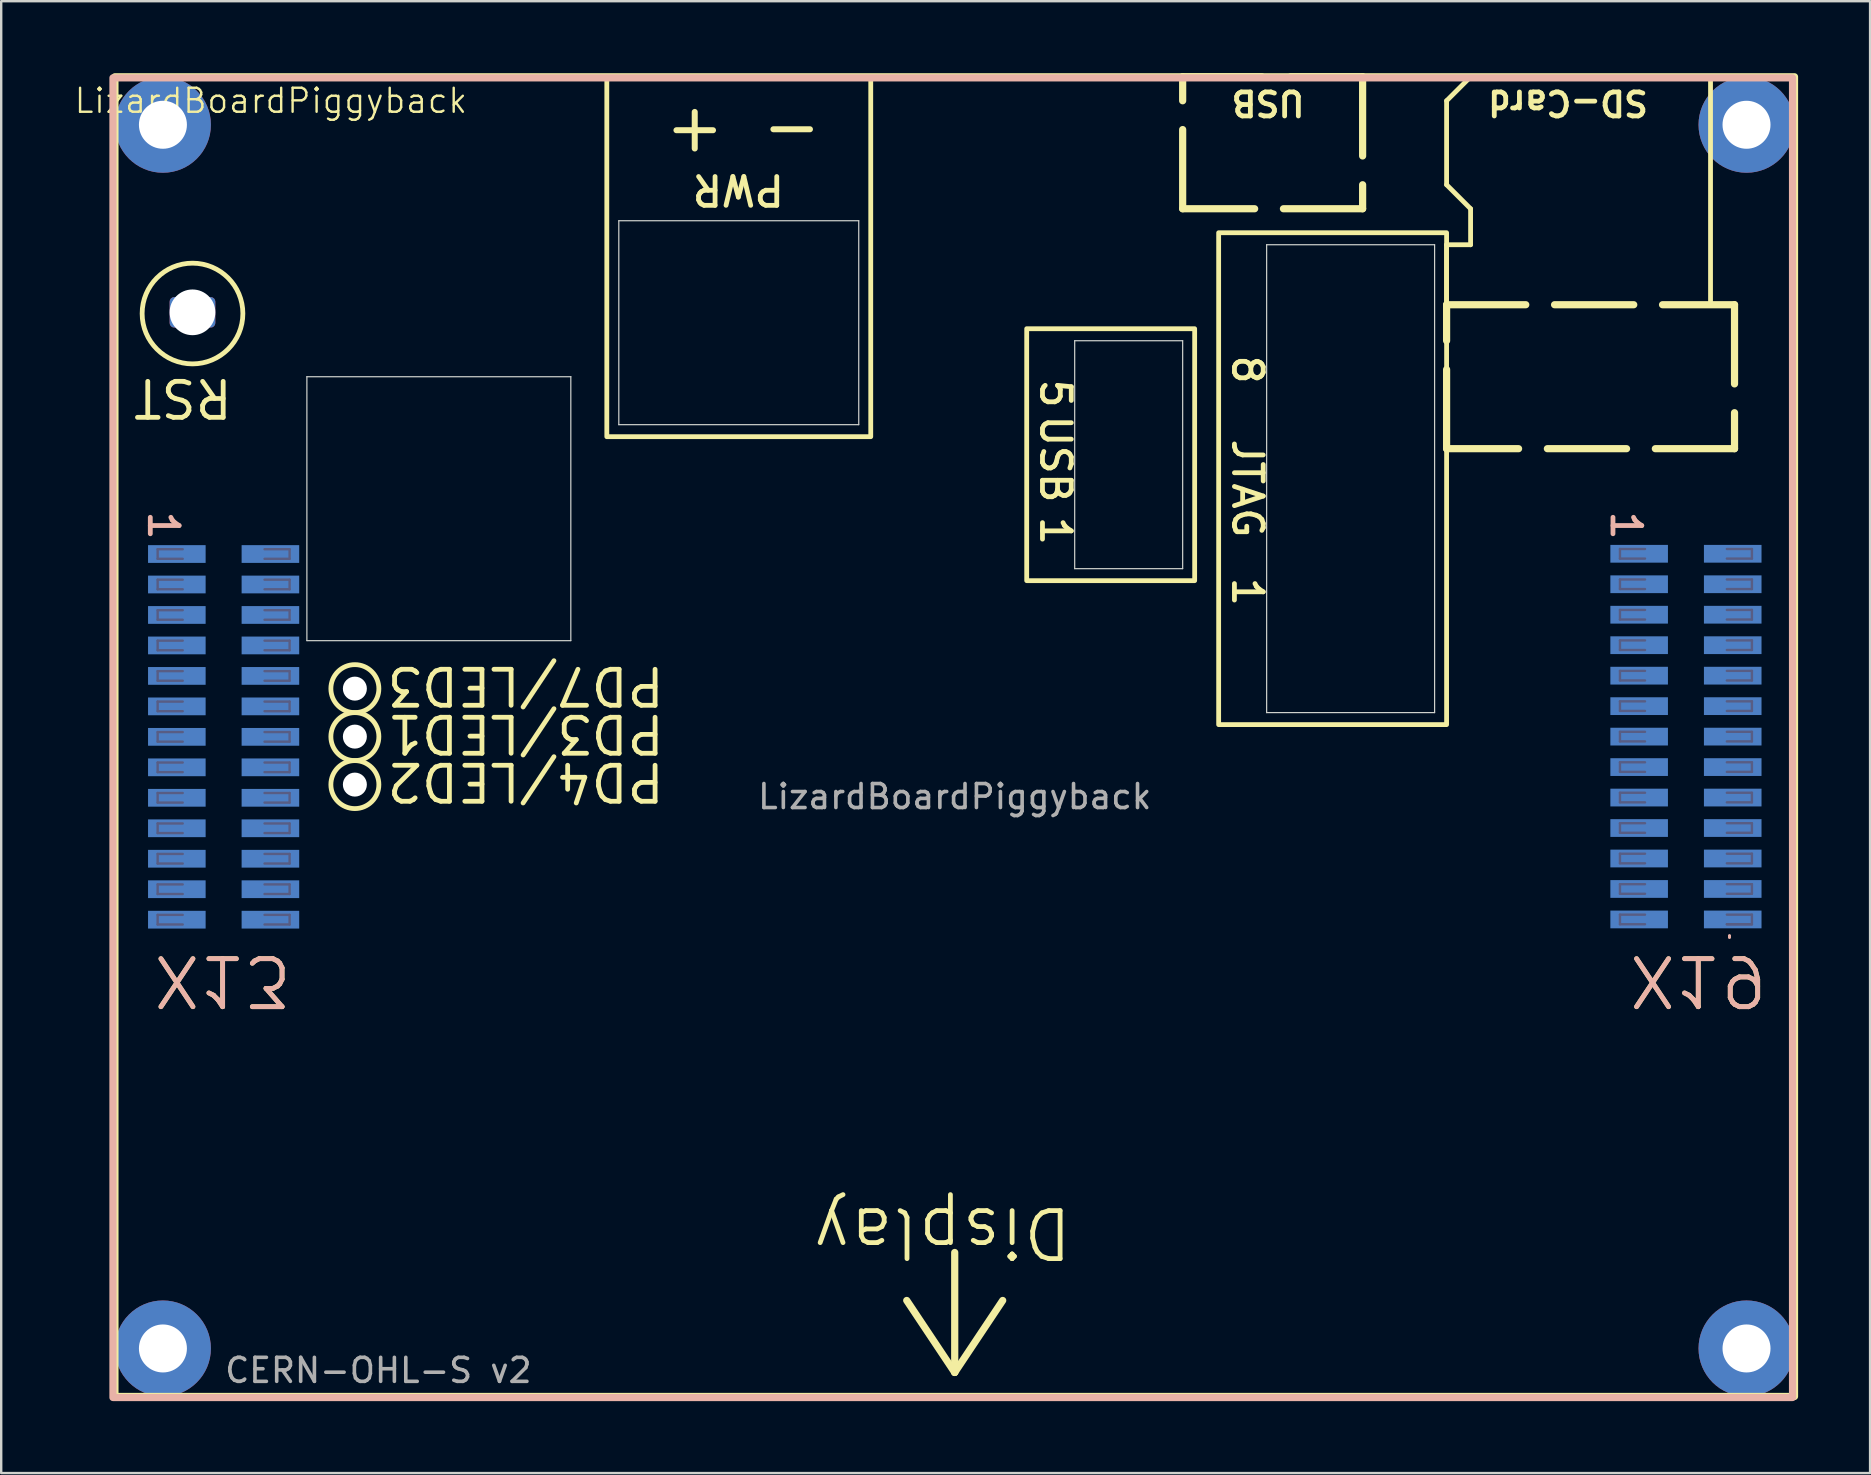
<source format=kicad_pcb>
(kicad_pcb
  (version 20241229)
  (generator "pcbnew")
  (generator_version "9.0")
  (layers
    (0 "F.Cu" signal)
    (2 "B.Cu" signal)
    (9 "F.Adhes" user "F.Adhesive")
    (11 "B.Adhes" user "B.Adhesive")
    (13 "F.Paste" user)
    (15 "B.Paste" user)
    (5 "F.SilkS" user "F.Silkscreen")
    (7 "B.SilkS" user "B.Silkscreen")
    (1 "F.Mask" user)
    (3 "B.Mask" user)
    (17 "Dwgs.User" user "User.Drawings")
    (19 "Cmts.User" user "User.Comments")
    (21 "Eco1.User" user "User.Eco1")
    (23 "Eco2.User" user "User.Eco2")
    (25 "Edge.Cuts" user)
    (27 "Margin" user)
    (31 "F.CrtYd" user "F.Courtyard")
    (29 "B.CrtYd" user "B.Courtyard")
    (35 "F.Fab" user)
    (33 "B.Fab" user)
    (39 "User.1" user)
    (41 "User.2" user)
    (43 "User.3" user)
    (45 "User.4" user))
  (footprint "LizardBoardPiggyback"
    (layer "F.Cu")
    (at 36.74 27.65)
    (property "Reference" "LizardBoardPiggyback" (at -28.5 -26.5 0) (unlocked yes) (layer "F.SilkS") (effects (font (size 1 1) (thickness 0.1))))
    (attr smd)
    (fp_line (start 0 21.5) (end 0 26.5) (stroke (width 0.3) (type solid)) (layer "F.SilkS"))
    (fp_line (start 0 26.5) (end -2 23.5) (stroke (width 0.3) (type solid)) (layer "F.SilkS"))
    (fp_line (start 0 26.5) (end 2 23.5) (stroke (width 0.3) (type solid)) (layer "F.SilkS"))
    (fp_line (start 20.5 -26.5) (end 21.5 -27.5) (stroke (width 0.2) (type solid)) (layer "F.SilkS"))
    (fp_line (start 20.5 -23) (end 20.5 -26.5) (stroke (width 0.2) (type solid)) (layer "F.SilkS"))
    (fp_line (start 20.5 -20.5) (end 21.5 -20.5) (stroke (width 0.2) (type solid)) (layer "F.SilkS"))
    (fp_line (start 20.5 -18) (end 20.5 -20.5) (stroke (width 0.2) (type solid)) (layer "F.SilkS"))
    (fp_line (start 21.5 -22) (end 20.5 -23) (stroke (width 0.2) (type solid)) (layer "F.SilkS"))
    (fp_line (start 21.5 -20.5) (end 21.5 -22) (stroke (width 0.2) (type dash)) (layer "F.SilkS"))
    (fp_line (start 31.5 -27.5) (end 31.5 -18) (stroke (width 0.2) (type solid)) (layer "F.SilkS"))
    (fp_rect (start -35 -27.5) (end 35 27.5) (stroke (width 0.3) (type solid)) (fill no) (layer "F.SilkS"))
    (fp_rect (start -14.5 -27.5) (end -3.5 -12.5) (stroke (width 0.2) (type solid)) (fill no) (layer "F.SilkS"))
    (fp_rect (start 3 -17) (end 10 -6.5) (stroke (width 0.2) (type solid)) (fill no) (layer "F.SilkS"))
    (fp_rect (start 9.5 -27.5) (end 17 -22) (stroke (width 0.3) (type dash)) (fill no) (layer "F.SilkS"))
    (fp_rect (start 11 -21) (end 20.5 -0.5) (stroke (width 0.2) (type solid)) (fill no) (layer "F.SilkS"))
    (fp_rect (start 20.5 -18) (end 32.5 -12) (stroke (width 0.3) (type dash)) (fill no) (layer "F.SilkS"))
    (fp_circle (center -31.767 -17.633) (end -30 -16.5) (stroke (width 0.2) (type solid)) (fill no) (layer "F.SilkS"))
    (fp_circle (center -25 -2) (end -25 -1) (stroke (width 0.2) (type solid)) (fill no) (layer "F.SilkS"))
    (fp_circle (center -25 0) (end -25 1) (stroke (width 0.2) (type solid)) (fill no) (layer "F.SilkS"))
    (fp_circle (center -25 2) (end -25 3) (stroke (width 0.2) (type solid)) (fill no) (layer "F.SilkS"))
    (fp_line (start 32.29 8.3) (end 32.29 8.365) (stroke (width 0.12) (type solid)) (layer "B.SilkS"))
    (fp_line (start 32.29 8.3) (end 32.29 8.365) (stroke (width 0.12) (type solid)) (layer "B.SilkS"))
    (fp_rect (start -35.082 -27.456) (end 34.918 27.544) (stroke (width 0.3) (type solid)) (fill no) (layer "B.SilkS"))
    (fp_line (start -27 -15) (end -27 -4) (stroke (width 0.05) (type default)) (layer "Edge.Cuts"))
    (fp_line (start -27 -4) (end -16 -4) (stroke (width 0.05) (type default)) (layer "Edge.Cuts"))
    (fp_line (start -16 -15) (end -27 -15) (stroke (width 0.05) (type default)) (layer "Edge.Cuts"))
    (fp_line (start -16 -4) (end -16 -15) (stroke (width 0.05) (type default)) (layer "Edge.Cuts"))
    (fp_line (start -14 -21.5) (end -14 -13) (stroke (width 0.05) (type default)) (layer "Edge.Cuts"))
    (fp_line (start -14 -21.5) (end -4 -21.5) (stroke (width 0.05) (type default)) (layer "Edge.Cuts"))
    (fp_line (start -4 -21.5) (end -4 -13) (stroke (width 0.05) (type default)) (layer "Edge.Cuts"))
    (fp_line (start -4 -13) (end -14 -13) (stroke (width 0.05) (type default)) (layer "Edge.Cuts"))
    (fp_line (start 5 -16.5) (end 9.5 -16.5) (stroke (width 0.05) (type default)) (layer "Edge.Cuts"))
    (fp_line (start 5 -7) (end 5 -16.5) (stroke (width 0.05) (type default)) (layer "Edge.Cuts"))
    (fp_line (start 9.5 -16.5) (end 9.5 -7) (stroke (width 0.05) (type default)) (layer "Edge.Cuts"))
    (fp_line (start 9.5 -7) (end 5 -7) (stroke (width 0.05) (type default)) (layer "Edge.Cuts"))
    (fp_line (start 13 -20.5) (end 20 -20.5) (stroke (width 0.05) (type default)) (layer "Edge.Cuts"))
    (fp_line (start 13 -1) (end 13 -20.5) (stroke (width 0.05) (type default)) (layer "Edge.Cuts"))
    (fp_line (start 20 -20.5) (end 20 -1) (stroke (width 0.05) (type default)) (layer "Edge.Cuts"))
    (fp_line (start 20 -1) (end 13 -1) (stroke (width 0.05) (type default)) (layer "Edge.Cuts"))
    (fp_line (start -33.22 -7.81) (end -33.22 -7.41) (stroke (width 0.1) (type solid)) (layer "B.Fab"))
    (fp_line (start -33.22 -7.41) (end -32.175 -7.41) (stroke (width 0.1) (type solid)) (layer "B.Fab"))
    (fp_line (start -33.22 -6.54) (end -33.22 -6.14) (stroke (width 0.1) (type solid)) (layer "B.Fab"))
    (fp_line (start -33.22 -6.14) (end -32.175 -6.14) (stroke (width 0.1) (type solid)) (layer "B.Fab"))
    (fp_line (start -33.22 -5.27) (end -33.22 -4.87) (stroke (width 0.1) (type solid)) (layer "B.Fab"))
    (fp_line (start -33.22 -4.87) (end -32.175 -4.87) (stroke (width 0.1) (type solid)) (layer "B.Fab"))
    (fp_line (start -33.22 -4) (end -33.22 -3.6) (stroke (width 0.1) (type solid)) (layer "B.Fab"))
    (fp_line (start -33.22 -3.6) (end -32.175 -3.6) (stroke (width 0.1) (type solid)) (layer "B.Fab"))
    (fp_line (start -33.22 -2.73) (end -33.22 -2.33) (stroke (width 0.1) (type solid)) (layer "B.Fab"))
    (fp_line (start -33.22 -2.33) (end -32.175 -2.33) (stroke (width 0.1) (type solid)) (layer "B.Fab"))
    (fp_line (start -33.22 -1.46) (end -33.22 -1.06) (stroke (width 0.1) (type solid)) (layer "B.Fab"))
    (fp_line (start -33.22 -1.06) (end -32.175 -1.06) (stroke (width 0.1) (type solid)) (layer "B.Fab"))
    (fp_line (start -33.22 -0.19) (end -33.22 0.21) (stroke (width 0.1) (type solid)) (layer "B.Fab"))
    (fp_line (start -33.22 0.21) (end -32.175 0.21) (stroke (width 0.1) (type solid)) (layer "B.Fab"))
    (fp_line (start -33.22 1.08) (end -33.22 1.48) (stroke (width 0.1) (type solid)) (layer "B.Fab"))
    (fp_line (start -33.22 1.48) (end -32.175 1.48) (stroke (width 0.1) (type solid)) (layer "B.Fab"))
    (fp_line (start -33.22 2.35) (end -33.22 2.75) (stroke (width 0.1) (type solid)) (layer "B.Fab"))
    (fp_line (start -33.22 2.75) (end -32.175 2.75) (stroke (width 0.1) (type solid)) (layer "B.Fab"))
    (fp_line (start -33.22 3.62) (end -33.22 4.02) (stroke (width 0.1) (type solid)) (layer "B.Fab"))
    (fp_line (start -33.22 4.02) (end -32.175 4.02) (stroke (width 0.1) (type solid)) (layer "B.Fab"))
    (fp_line (start -33.22 4.89) (end -33.22 5.29) (stroke (width 0.1) (type solid)) (layer "B.Fab"))
    (fp_line (start -33.22 5.29) (end -32.175 5.29) (stroke (width 0.1) (type solid)) (layer "B.Fab"))
    (fp_line (start -33.22 6.16) (end -33.22 6.56) (stroke (width 0.1) (type solid)) (layer "B.Fab"))
    (fp_line (start -33.22 6.56) (end -32.175 6.56) (stroke (width 0.1) (type solid)) (layer "B.Fab"))
    (fp_line (start -33.22 7.43) (end -33.22 7.83) (stroke (width 0.1) (type solid)) (layer "B.Fab"))
    (fp_line (start -33.22 7.83) (end -32.175 7.83) (stroke (width 0.1) (type solid)) (layer "B.Fab"))
    (fp_line (start -32.175 -7.81) (end -33.22 -7.81) (stroke (width 0.1) (type solid)) (layer "B.Fab"))
    (fp_line (start -32.175 -6.54) (end -33.22 -6.54) (stroke (width 0.1) (type solid)) (layer "B.Fab"))
    (fp_line (start -32.175 -5.27) (end -33.22 -5.27) (stroke (width 0.1) (type solid)) (layer "B.Fab"))
    (fp_line (start -32.175 -4) (end -33.22 -4) (stroke (width 0.1) (type solid)) (layer "B.Fab"))
    (fp_line (start -32.175 -2.73) (end -33.22 -2.73) (stroke (width 0.1) (type solid)) (layer "B.Fab"))
    (fp_line (start -32.175 -1.46) (end -33.22 -1.46) (stroke (width 0.1) (type solid)) (layer "B.Fab"))
    (fp_line (start -32.175 -0.19) (end -33.22 -0.19) (stroke (width 0.1) (type solid)) (layer "B.Fab"))
    (fp_line (start -32.175 1.08) (end -33.22 1.08) (stroke (width 0.1) (type solid)) (layer "B.Fab"))
    (fp_line (start -32.175 2.35) (end -33.22 2.35) (stroke (width 0.1) (type solid)) (layer "B.Fab"))
    (fp_line (start -32.175 3.62) (end -33.22 3.62) (stroke (width 0.1) (type solid)) (layer "B.Fab"))
    (fp_line (start -32.175 4.89) (end -33.22 4.89) (stroke (width 0.1) (type solid)) (layer "B.Fab"))
    (fp_line (start -32.175 6.16) (end -33.22 6.16) (stroke (width 0.1) (type solid)) (layer "B.Fab"))
    (fp_line (start -32.175 7.43) (end -33.22 7.43) (stroke (width 0.1) (type solid)) (layer "B.Fab"))
    (fp_line (start -28.765 -7.81) (end -27.72 -7.81) (stroke (width 0.1) (type solid)) (layer "B.Fab"))
    (fp_line (start -28.765 -6.54) (end -27.72 -6.54) (stroke (width 0.1) (type solid)) (layer "B.Fab"))
    (fp_line (start -28.765 -5.27) (end -27.72 -5.27) (stroke (width 0.1) (type solid)) (layer "B.Fab"))
    (fp_line (start -28.765 -4) (end -27.72 -4) (stroke (width 0.1) (type solid)) (layer "B.Fab"))
    (fp_line (start -28.765 -2.73) (end -27.72 -2.73) (stroke (width 0.1) (type solid)) (layer "B.Fab"))
    (fp_line (start -28.765 -1.46) (end -27.72 -1.46) (stroke (width 0.1) (type solid)) (layer "B.Fab"))
    (fp_line (start -28.765 -0.19) (end -27.72 -0.19) (stroke (width 0.1) (type solid)) (layer "B.Fab"))
    (fp_line (start -28.765 1.08) (end -27.72 1.08) (stroke (width 0.1) (type solid)) (layer "B.Fab"))
    (fp_line (start -28.765 2.35) (end -27.72 2.35) (stroke (width 0.1) (type solid)) (layer "B.Fab"))
    (fp_line (start -28.765 3.62) (end -27.72 3.62) (stroke (width 0.1) (type solid)) (layer "B.Fab"))
    (fp_line (start -28.765 4.89) (end -27.72 4.89) (stroke (width 0.1) (type solid)) (layer "B.Fab"))
    (fp_line (start -28.765 6.16) (end -27.72 6.16) (stroke (width 0.1) (type solid)) (layer "B.Fab"))
    (fp_line (start -28.765 7.43) (end -27.72 7.43) (stroke (width 0.1) (type solid)) (layer "B.Fab"))
    (fp_line (start -27.72 -7.81) (end -27.72 -7.41) (stroke (width 0.1) (type solid)) (layer "B.Fab"))
    (fp_line (start -27.72 -7.41) (end -28.765 -7.41) (stroke (width 0.1) (type solid)) (layer "B.Fab"))
    (fp_line (start -27.72 -6.54) (end -27.72 -6.14) (stroke (width 0.1) (type solid)) (layer "B.Fab"))
    (fp_line (start -27.72 -6.14) (end -28.765 -6.14) (stroke (width 0.1) (type solid)) (layer "B.Fab"))
    (fp_line (start -27.72 -5.27) (end -27.72 -4.87) (stroke (width 0.1) (type solid)) (layer "B.Fab"))
    (fp_line (start -27.72 -4.87) (end -28.765 -4.87) (stroke (width 0.1) (type solid)) (layer "B.Fab"))
    (fp_line (start -27.72 -4) (end -27.72 -3.6) (stroke (width 0.1) (type solid)) (layer "B.Fab"))
    (fp_line (start -27.72 -3.6) (end -28.765 -3.6) (stroke (width 0.1) (type solid)) (layer "B.Fab"))
    (fp_line (start -27.72 -2.73) (end -27.72 -2.33) (stroke (width 0.1) (type solid)) (layer "B.Fab"))
    (fp_line (start -27.72 -2.33) (end -28.765 -2.33) (stroke (width 0.1) (type solid)) (layer "B.Fab"))
    (fp_line (start -27.72 -1.46) (end -27.72 -1.06) (stroke (width 0.1) (type solid)) (layer "B.Fab"))
    (fp_line (start -27.72 -1.06) (end -28.765 -1.06) (stroke (width 0.1) (type solid)) (layer "B.Fab"))
    (fp_line (start -27.72 -0.19) (end -27.72 0.21) (stroke (width 0.1) (type solid)) (layer "B.Fab"))
    (fp_line (start -27.72 0.21) (end -28.765 0.21) (stroke (width 0.1) (type solid)) (layer "B.Fab"))
    (fp_line (start -27.72 1.08) (end -27.72 1.48) (stroke (width 0.1) (type solid)) (layer "B.Fab"))
    (fp_line (start -27.72 1.48) (end -28.765 1.48) (stroke (width 0.1) (type solid)) (layer "B.Fab"))
    (fp_line (start -27.72 2.35) (end -27.72 2.75) (stroke (width 0.1) (type solid)) (layer "B.Fab"))
    (fp_line (start -27.72 2.75) (end -28.765 2.75) (stroke (width 0.1) (type solid)) (layer "B.Fab"))
    (fp_line (start -27.72 3.62) (end -27.72 4.02) (stroke (width 0.1) (type solid)) (layer "B.Fab"))
    (fp_line (start -27.72 4.02) (end -28.765 4.02) (stroke (width 0.1) (type solid)) (layer "B.Fab"))
    (fp_line (start -27.72 4.89) (end -27.72 5.29) (stroke (width 0.1) (type solid)) (layer "B.Fab"))
    (fp_line (start -27.72 5.29) (end -28.765 5.29) (stroke (width 0.1) (type solid)) (layer "B.Fab"))
    (fp_line (start -27.72 6.16) (end -27.72 6.56) (stroke (width 0.1) (type solid)) (layer "B.Fab"))
    (fp_line (start -27.72 6.56) (end -28.765 6.56) (stroke (width 0.1) (type solid)) (layer "B.Fab"))
    (fp_line (start -27.72 7.43) (end -27.72 7.83) (stroke (width 0.1) (type solid)) (layer "B.Fab"))
    (fp_line (start -27.72 7.83) (end -28.765 7.83) (stroke (width 0.1) (type solid)) (layer "B.Fab"))
    (fp_line (start 27.725 -7.82) (end 27.725 -7.42) (stroke (width 0.1) (type solid)) (layer "B.Fab"))
    (fp_line (start 27.725 -7.42) (end 28.77 -7.42) (stroke (width 0.1) (type solid)) (layer "B.Fab"))
    (fp_line (start 27.725 -6.55) (end 27.725 -6.15) (stroke (width 0.1) (type solid)) (layer "B.Fab"))
    (fp_line (start 27.725 -6.15) (end 28.77 -6.15) (stroke (width 0.1) (type solid)) (layer "B.Fab"))
    (fp_line (start 27.725 -5.28) (end 27.725 -4.88) (stroke (width 0.1) (type solid)) (layer "B.Fab"))
    (fp_line (start 27.725 -4.88) (end 28.77 -4.88) (stroke (width 0.1) (type solid)) (layer "B.Fab"))
    (fp_line (start 27.725 -4.01) (end 27.725 -3.61) (stroke (width 0.1) (type solid)) (layer "B.Fab"))
    (fp_line (start 27.725 -3.61) (end 28.77 -3.61) (stroke (width 0.1) (type solid)) (layer "B.Fab"))
    (fp_line (start 27.725 -2.74) (end 27.725 -2.34) (stroke (width 0.1) (type solid)) (layer "B.Fab"))
    (fp_line (start 27.725 -2.34) (end 28.77 -2.34) (stroke (width 0.1) (type solid)) (layer "B.Fab"))
    (fp_line (start 27.725 -1.47) (end 27.725 -1.07) (stroke (width 0.1) (type solid)) (layer "B.Fab"))
    (fp_line (start 27.725 -1.07) (end 28.77 -1.07) (stroke (width 0.1) (type solid)) (layer "B.Fab"))
    (fp_line (start 27.725 -0.2) (end 27.725 0.2) (stroke (width 0.1) (type solid)) (layer "B.Fab"))
    (fp_line (start 27.725 0.2) (end 28.77 0.2) (stroke (width 0.1) (type solid)) (layer "B.Fab"))
    (fp_line (start 27.725 1.07) (end 27.725 1.47) (stroke (width 0.1) (type solid)) (layer "B.Fab"))
    (fp_line (start 27.725 1.47) (end 28.77 1.47) (stroke (width 0.1) (type solid)) (layer "B.Fab"))
    (fp_line (start 27.725 2.34) (end 27.725 2.74) (stroke (width 0.1) (type solid)) (layer "B.Fab"))
    (fp_line (start 27.725 2.74) (end 28.77 2.74) (stroke (width 0.1) (type solid)) (layer "B.Fab"))
    (fp_line (start 27.725 3.61) (end 27.725 4.01) (stroke (width 0.1) (type solid)) (layer "B.Fab"))
    (fp_line (start 27.725 4.01) (end 28.77 4.01) (stroke (width 0.1) (type solid)) (layer "B.Fab"))
    (fp_line (start 27.725 4.88) (end 27.725 5.28) (stroke (width 0.1) (type solid)) (layer "B.Fab"))
    (fp_line (start 27.725 5.28) (end 28.77 5.28) (stroke (width 0.1) (type solid)) (layer "B.Fab"))
    (fp_line (start 27.725 6.15) (end 27.725 6.55) (stroke (width 0.1) (type solid)) (layer "B.Fab"))
    (fp_line (start 27.725 6.55) (end 28.77 6.55) (stroke (width 0.1) (type solid)) (layer "B.Fab"))
    (fp_line (start 27.725 7.42) (end 27.725 7.82) (stroke (width 0.1) (type solid)) (layer "B.Fab"))
    (fp_line (start 27.725 7.82) (end 28.77 7.82) (stroke (width 0.1) (type solid)) (layer "B.Fab"))
    (fp_line (start 28.77 -7.82) (end 27.725 -7.82) (stroke (width 0.1) (type solid)) (layer "B.Fab"))
    (fp_line (start 28.77 -6.55) (end 27.725 -6.55) (stroke (width 0.1) (type solid)) (layer "B.Fab"))
    (fp_line (start 28.77 -5.28) (end 27.725 -5.28) (stroke (width 0.1) (type solid)) (layer "B.Fab"))
    (fp_line (start 28.77 -4.01) (end 27.725 -4.01) (stroke (width 0.1) (type solid)) (layer "B.Fab"))
    (fp_line (start 28.77 -2.74) (end 27.725 -2.74) (stroke (width 0.1) (type solid)) (layer "B.Fab"))
    (fp_line (start 28.77 -1.47) (end 27.725 -1.47) (stroke (width 0.1) (type solid)) (layer "B.Fab"))
    (fp_line (start 28.77 -0.2) (end 27.725 -0.2) (stroke (width 0.1) (type solid)) (layer "B.Fab"))
    (fp_line (start 28.77 1.07) (end 27.725 1.07) (stroke (width 0.1) (type solid)) (layer "B.Fab"))
    (fp_line (start 28.77 2.34) (end 27.725 2.34) (stroke (width 0.1) (type solid)) (layer "B.Fab"))
    (fp_line (start 28.77 3.61) (end 27.725 3.61) (stroke (width 0.1) (type solid)) (layer "B.Fab"))
    (fp_line (start 28.77 4.88) (end 27.725 4.88) (stroke (width 0.1) (type solid)) (layer "B.Fab"))
    (fp_line (start 28.77 6.15) (end 27.725 6.15) (stroke (width 0.1) (type solid)) (layer "B.Fab"))
    (fp_line (start 28.77 7.42) (end 27.725 7.42) (stroke (width 0.1) (type solid)) (layer "B.Fab"))
    (fp_line (start 32.18 -7.82) (end 33.225 -7.82) (stroke (width 0.1) (type solid)) (layer "B.Fab"))
    (fp_line (start 32.18 -6.55) (end 33.225 -6.55) (stroke (width 0.1) (type solid)) (layer "B.Fab"))
    (fp_line (start 32.18 -5.28) (end 33.225 -5.28) (stroke (width 0.1) (type solid)) (layer "B.Fab"))
    (fp_line (start 32.18 -4.01) (end 33.225 -4.01) (stroke (width 0.1) (type solid)) (layer "B.Fab"))
    (fp_line (start 32.18 -2.74) (end 33.225 -2.74) (stroke (width 0.1) (type solid)) (layer "B.Fab"))
    (fp_line (start 32.18 -1.47) (end 33.225 -1.47) (stroke (width 0.1) (type solid)) (layer "B.Fab"))
    (fp_line (start 32.18 -0.2) (end 33.225 -0.2) (stroke (width 0.1) (type solid)) (layer "B.Fab"))
    (fp_line (start 32.18 1.07) (end 33.225 1.07) (stroke (width 0.1) (type solid)) (layer "B.Fab"))
    (fp_line (start 32.18 2.34) (end 33.225 2.34) (stroke (width 0.1) (type solid)) (layer "B.Fab"))
    (fp_line (start 32.18 3.61) (end 33.225 3.61) (stroke (width 0.1) (type solid)) (layer "B.Fab"))
    (fp_line (start 32.18 4.88) (end 33.225 4.88) (stroke (width 0.1) (type solid)) (layer "B.Fab"))
    (fp_line (start 32.18 6.15) (end 33.225 6.15) (stroke (width 0.1) (type solid)) (layer "B.Fab"))
    (fp_line (start 32.18 7.42) (end 33.225 7.42) (stroke (width 0.1) (type solid)) (layer "B.Fab"))
    (fp_line (start 33.225 -7.82) (end 33.225 -7.42) (stroke (width 0.1) (type solid)) (layer "B.Fab"))
    (fp_line (start 33.225 -7.42) (end 32.18 -7.42) (stroke (width 0.1) (type solid)) (layer "B.Fab"))
    (fp_line (start 33.225 -6.55) (end 33.225 -6.15) (stroke (width 0.1) (type solid)) (layer "B.Fab"))
    (fp_line (start 33.225 -6.15) (end 32.18 -6.15) (stroke (width 0.1) (type solid)) (layer "B.Fab"))
    (fp_line (start 33.225 -5.28) (end 33.225 -4.88) (stroke (width 0.1) (type solid)) (layer "B.Fab"))
    (fp_line (start 33.225 -4.88) (end 32.18 -4.88) (stroke (width 0.1) (type solid)) (layer "B.Fab"))
    (fp_line (start 33.225 -4.01) (end 33.225 -3.61) (stroke (width 0.1) (type solid)) (layer "B.Fab"))
    (fp_line (start 33.225 -3.61) (end 32.18 -3.61) (stroke (width 0.1) (type solid)) (layer "B.Fab"))
    (fp_line (start 33.225 -2.74) (end 33.225 -2.34) (stroke (width 0.1) (type solid)) (layer "B.Fab"))
    (fp_line (start 33.225 -2.34) (end 32.18 -2.34) (stroke (width 0.1) (type solid)) (layer "B.Fab"))
    (fp_line (start 33.225 -1.47) (end 33.225 -1.07) (stroke (width 0.1) (type solid)) (layer "B.Fab"))
    (fp_line (start 33.225 -1.07) (end 32.18 -1.07) (stroke (width 0.1) (type solid)) (layer "B.Fab"))
    (fp_line (start 33.225 -0.2) (end 33.225 0.2) (stroke (width 0.1) (type solid)) (layer "B.Fab"))
    (fp_line (start 33.225 0.2) (end 32.18 0.2) (stroke (width 0.1) (type solid)) (layer "B.Fab"))
    (fp_line (start 33.225 1.07) (end 33.225 1.47) (stroke (width 0.1) (type solid)) (layer "B.Fab"))
    (fp_line (start 33.225 1.47) (end 32.18 1.47) (stroke (width 0.1) (type solid)) (layer "B.Fab"))
    (fp_line (start 33.225 2.34) (end 33.225 2.74) (stroke (width 0.1) (type solid)) (layer "B.Fab"))
    (fp_line (start 33.225 2.74) (end 32.18 2.74) (stroke (width 0.1) (type solid)) (layer "B.Fab"))
    (fp_line (start 33.225 3.61) (end 33.225 4.01) (stroke (width 0.1) (type solid)) (layer "B.Fab"))
    (fp_line (start 33.225 4.01) (end 32.18 4.01) (stroke (width 0.1) (type solid)) (layer "B.Fab"))
    (fp_line (start 33.225 4.88) (end 33.225 5.28) (stroke (width 0.1) (type solid)) (layer "B.Fab"))
    (fp_line (start 33.225 5.28) (end 32.18 5.28) (stroke (width 0.1) (type solid)) (layer "B.Fab"))
    (fp_line (start 33.225 6.15) (end 33.225 6.55) (stroke (width 0.1) (type solid)) (layer "B.Fab"))
    (fp_line (start 33.225 6.55) (end 32.18 6.55) (stroke (width 0.1) (type solid)) (layer "B.Fab"))
    (fp_line (start 33.225 7.42) (end 33.225 7.82) (stroke (width 0.1) (type solid)) (layer "B.Fab"))
    (fp_line (start 33.225 7.82) (end 32.18 7.82) (stroke (width 0.1) (type solid)) (layer "B.Fab"))
    (fp_line (start 33.225 7.82) (end 32.18 7.82) (stroke (width 0.1) (type solid)) (layer "B.Fab"))
    (fp_text user "1" (at 3.5 -9.277 270) (unlocked yes) (layer "F.SilkS") (effects (font (size 1.2 1.2) (thickness 0.2) (bold yes)) (justify left bottom)))
    (fp_text user "8" (at 11.5 -16 270) (unlocked yes) (layer "F.SilkS") (effects (font (size 1.2 1.2) (thickness 0.2) (bold yes)) (justify left bottom)))
    (fp_text user "PD3/LED1" (at -12 -1 180) (unlocked yes) (layer "F.SilkS") (effects (font (size 1.5 1.5) (thickness 0.2) (bold yes)) (justify left bottom)))
    (fp_text user "X13" (at -33.5 9 180) (unlocked yes) (layer "F.SilkS") (effects (font (size 2 2) (thickness 0.2)) (justify left bottom mirror)))
    (fp_text user "5" (at 3.5 -15 270) (unlocked yes) (layer "F.SilkS") (effects (font (size 1.2 1.2) (thickness 0.2) (bold yes)) (justify left bottom)))
    (fp_text user "X19" (at 28 9 180) (unlocked yes) (layer "F.SilkS") (effects (font (size 2 2) (thickness 0.2)) (justify left bottom mirror)))
    (fp_text user "PD4/LED2" (at -12 1 180) (unlocked yes) (layer "F.SilkS") (effects (font (size 1.5 1.5) (thickness 0.2) (bold yes)) (justify left bottom)))
    (fp_text user "PD7/LED3" (at -12 -3 180) (unlocked yes) (layer "F.SilkS") (effects (font (size 1.5 1.5) (thickness 0.2) (bold yes)) (justify left bottom)))
    (fp_text user "USB" (at 3.5 -13.5 270) (unlocked yes) (layer "F.SilkS") (effects (font (size 1.2 1.2) (thickness 0.2)) (justify left bottom)))
    (fp_text user "-" (at -8.198 -24.293 0) (unlocked yes) (layer "F.SilkS") (effects (font (size 2 2) (thickness 0.25) (bold yes)) (justify left bottom)))
    (fp_text user "JTAG" (at 11.5 -12.5 270) (unlocked yes) (layer "F.SilkS") (effects (font (size 1.2 1.2) (thickness 0.2)) (justify left bottom)))
    (fp_text user "+" (at -12.238 -24.253 0) (unlocked yes) (layer "F.SilkS") (effects (font (size 2 2) (thickness 0.25) (bold yes)) (justify left bottom)))
    (fp_text user "SD-Card" (at 29 -27 180) (unlocked yes) (layer "F.SilkS") (effects (font (size 1 1) (thickness 0.2) (bold yes)) (justify left bottom)))
    (fp_text user "RST" (at -30 -15 180) (unlocked yes) (layer "F.SilkS") (effects (font (size 1.5 1.5) (thickness 0.2)) (justify left bottom)))
    (fp_text user "PWR" (at -7 -23.5 180) (unlocked yes) (layer "F.SilkS") (effects (font (size 1.2 1.2) (thickness 0.2) (bold yes)) (justify left bottom)))
    (fp_text user "USB" (at 14.691 -27 180) (unlocked yes) (layer "F.SilkS") (effects (font (size 1 1) (thickness 0.2) (bold yes)) (justify left bottom)))
    (fp_text user "Display" (at 5 19.5 180) (unlocked yes) (layer "F.SilkS") (effects (font (size 2 2) (thickness 0.2) (bold yes)) (justify left bottom)))
    (fp_text user "1" (at 11.5 -6.738 270) (unlocked yes) (layer "F.SilkS") (effects (font (size 1.2 1.2) (thickness 0.2) (bold yes)) (justify left bottom)))
    (fp_text user "X19" (at 28 9 180) (unlocked yes) (layer "B.SilkS") (effects (font (size 2 2) (thickness 0.2)) (justify left bottom mirror)))
    (fp_text user "X13" (at -33.5 9 180) (unlocked yes) (layer "B.SilkS") (effects (font (size 2 2) (thickness 0.2)) (justify left bottom mirror)))
    (fp_text user "1" (at -33.683 -9.5 270) (unlocked yes) (layer "B.SilkS") (effects (font (size 1.2 1.2) (thickness 0.2) (bold yes)) (justify left bottom)))
    (fp_text user "1" (at 27.277 -9.5 270) (unlocked yes) (layer "B.SilkS") (effects (font (size 1.2 1.2) (thickness 0.2) (bold yes)) (justify left bottom)))
    (fp_text user "${REFERENCE}" (at 0 2.5 0) (unlocked yes) (layer "F.Fab") (effects (font (size 1 1) (thickness 0.15))))
    (fp_text user "CERN-OHL-S v2" (at -30.5 27 0) (unlocked yes) (layer "F.Fab") (effects (font (size 1 1) (thickness 0.15)) (justify left bottom)))
    (pad "" np_thru_hole roundrect (at -31.768 -17.683) (size 1.905 1.27) (drill 3) (layers "*.Cu" "*.Mask") (roundrect_rratio 0.15))
    (pad "" np_thru_hole circle (at -25 -2) (size 1 1) (drill 1) (layers "*.Cu" "*.Mask"))
    (pad "" np_thru_hole circle (at -25 0) (size 1 1) (drill 1) (layers "*.Cu" "*.Mask"))
    (pad "" np_thru_hole circle (at -25 2) (size 1 1) (drill 1) (layers "*.Cu" "*.Mask"))
    (pad "1" thru_hole circle (at -33 -25.5) (size 4 4) (drill 2) (layers "*.Cu" "*.Mask"))
    (pad "2" thru_hole circle (at 33 -25.5) (size 4 4) (drill 2) (layers "*.Cu" "*.Mask"))
    (pad "3" thru_hole circle (at -33 25.5) (size 4 4) (drill 2) (layers "*.Cu" "*.Mask"))
    (pad "4" thru_hole circle (at 33 25.5) (size 4 4) (drill 2) (layers "*.Cu" "*.Mask"))
    (pad "131" smd rect (at -32.42 -7.61) (size 2.4 0.74) (layers "B.Cu" "B.Mask" "B.Paste"))
    (pad "132" smd rect (at -28.52 -7.61) (size 2.4 0.74) (layers "B.Cu" "B.Mask" "B.Paste"))
    (pad "133" smd rect (at -32.42 -6.34) (size 2.4 0.74) (layers "B.Cu" "B.Mask" "B.Paste"))
    (pad "134" smd rect (at -28.52 -6.34) (size 2.4 0.74) (layers "B.Cu" "B.Mask" "B.Paste"))
    (pad "135" smd rect (at -32.42 -5.07) (size 2.4 0.74) (layers "B.Cu" "B.Mask" "B.Paste"))
    (pad "136" smd rect (at -28.52 -5.07) (size 2.4 0.74) (layers "B.Cu" "B.Mask" "B.Paste"))
    (pad "137" smd rect (at -32.42 -3.8) (size 2.4 0.74) (layers "B.Cu" "B.Mask" "B.Paste"))
    (pad "138" smd rect (at -28.52 -3.8) (size 2.4 0.74) (layers "B.Cu" "B.Mask" "B.Paste"))
    (pad "139" smd rect (at -32.42 -2.53) (size 2.4 0.74) (layers "B.Cu" "B.Mask" "B.Paste"))
    (pad "191" smd rect (at 28.525 -7.62) (size 2.4 0.74) (layers "B.Cu" "B.Mask" "B.Paste"))
    (pad "192" smd rect (at 32.425 -7.62) (size 2.4 0.74) (layers "B.Cu" "B.Mask" "B.Paste"))
    (pad "193" smd rect (at 28.525 -6.35) (size 2.4 0.74) (layers "B.Cu" "B.Mask" "B.Paste"))
    (pad "194" smd rect (at 32.425 -6.35) (size 2.4 0.74) (layers "B.Cu" "B.Mask" "B.Paste"))
    (pad "195" smd rect (at 28.525 -5.08) (size 2.4 0.74) (layers "B.Cu" "B.Mask" "B.Paste"))
    (pad "196" smd rect (at 32.425 -5.08) (size 2.4 0.74) (layers "B.Cu" "B.Mask" "B.Paste"))
    (pad "197" smd rect (at 28.525 -3.81) (size 2.4 0.74) (layers "B.Cu" "B.Mask" "B.Paste"))
    (pad "198" smd rect (at 32.425 -3.81) (size 2.4 0.74) (layers "B.Cu" "B.Mask" "B.Paste"))
    (pad "199" smd rect (at 28.525 -2.54) (size 2.4 0.74) (layers "B.Cu" "B.Mask" "B.Paste"))
    (pad "1310" smd rect (at -28.52 -2.53) (size 2.4 0.74) (layers "B.Cu" "B.Mask" "B.Paste"))
    (pad "1311" smd rect (at -32.42 -1.26) (size 2.4 0.74) (layers "B.Cu" "B.Mask" "B.Paste"))
    (pad "1312" smd rect (at -28.52 -1.26) (size 2.4 0.74) (layers "B.Cu" "B.Mask" "B.Paste"))
    (pad "1313" smd rect (at -32.42 0.01) (size 2.4 0.74) (layers "B.Cu" "B.Mask" "B.Paste"))
    (pad "1314" smd rect (at -28.52 0.01) (size 2.4 0.74) (layers "B.Cu" "B.Mask" "B.Paste"))
    (pad "1315" smd rect (at -32.42 1.28) (size 2.4 0.74) (layers "B.Cu" "B.Mask" "B.Paste"))
    (pad "1316" smd rect (at -28.52 1.28) (size 2.4 0.74) (layers "B.Cu" "B.Mask" "B.Paste"))
    (pad "1317" smd rect (at -32.42 2.55) (size 2.4 0.74) (layers "B.Cu" "B.Mask" "B.Paste"))
    (pad "1318" smd rect (at -28.52 2.55) (size 2.4 0.74) (layers "B.Cu" "B.Mask" "B.Paste"))
    (pad "1319" smd rect (at -32.42 3.82) (size 2.4 0.74) (layers "B.Cu" "B.Mask" "B.Paste"))
    (pad "1320" smd rect (at -28.52 3.82) (size 2.4 0.74) (layers "B.Cu" "B.Mask" "B.Paste"))
    (pad "1321" smd rect (at -32.42 5.09) (size 2.4 0.74) (layers "B.Cu" "B.Mask" "B.Paste"))
    (pad "1322" smd rect (at -28.52 5.09) (size 2.4 0.74) (layers "B.Cu" "B.Mask" "B.Paste"))
    (pad "1323" smd rect (at -32.42 6.36) (size 2.4 0.74) (layers "B.Cu" "B.Mask" "B.Paste"))
    (pad "1324" smd rect (at -28.52 6.36) (size 2.4 0.74) (layers "B.Cu" "B.Mask" "B.Paste"))
    (pad "1325" smd rect (at -32.42 7.63) (size 2.4 0.74) (layers "B.Cu" "B.Mask" "B.Paste"))
    (pad "1326" smd rect (at -28.52 7.63) (size 2.4 0.74) (layers "B.Cu" "B.Mask" "B.Paste"))
    (pad "1910" smd rect (at 32.425 -2.54) (size 2.4 0.74) (layers "B.Cu" "B.Mask" "B.Paste"))
    (pad "1911" smd rect (at 28.525 -1.27) (size 2.4 0.74) (layers "B.Cu" "B.Mask" "B.Paste"))
    (pad "1912" smd rect (at 32.425 -1.27) (size 2.4 0.74) (layers "B.Cu" "B.Mask" "B.Paste"))
    (pad "1913" smd rect (at 28.525 0) (size 2.4 0.74) (layers "B.Cu" "B.Mask" "B.Paste"))
    (pad "1914" smd rect (at 32.425 0) (size 2.4 0.74) (layers "B.Cu" "B.Mask" "B.Paste"))
    (pad "1915" smd rect (at 28.525 1.27) (size 2.4 0.74) (layers "B.Cu" "B.Mask" "B.Paste"))
    (pad "1916" smd rect (at 32.425 1.27) (size 2.4 0.74) (layers "B.Cu" "B.Mask" "B.Paste"))
    (pad "1917" smd rect (at 28.525 2.54) (size 2.4 0.74) (layers "B.Cu" "B.Mask" "B.Paste"))
    (pad "1918" smd rect (at 32.425 2.54) (size 2.4 0.74) (layers "B.Cu" "B.Mask" "B.Paste"))
    (pad "1919" smd rect (at 28.525 3.81) (size 2.4 0.74) (layers "B.Cu" "B.Mask" "B.Paste"))
    (pad "1920" smd rect (at 32.425 3.81) (size 2.4 0.74) (layers "B.Cu" "B.Mask" "B.Paste"))
    (pad "1921" smd rect (at 28.525 5.08) (size 2.4 0.74) (layers "B.Cu" "B.Mask" "B.Paste"))
    (pad "1922" smd rect (at 32.425 5.08) (size 2.4 0.74) (layers "B.Cu" "B.Mask" "B.Paste"))
    (pad "1923" smd rect (at 28.525 6.35) (size 2.4 0.74) (layers "B.Cu" "B.Mask" "B.Paste"))
    (pad "1924" smd rect (at 32.425 6.35) (size 2.4 0.74) (layers "B.Cu" "B.Mask" "B.Paste"))
    (pad "1925" smd rect (at 28.525 7.62) (size 2.4 0.74) (layers "B.Cu" "B.Mask" "B.Paste"))
    (pad "1926" smd rect (at 32.425 7.62) (size 2.4 0.74) (layers "B.Cu" "B.Mask" "B.Paste")))
  (gr_rect
    (start -3 -3)
    (end 74.89 58.344)
    (stroke (width 0.1) (type default))
    (fill no)
    (layer "Edge.Cuts")))
</source>
